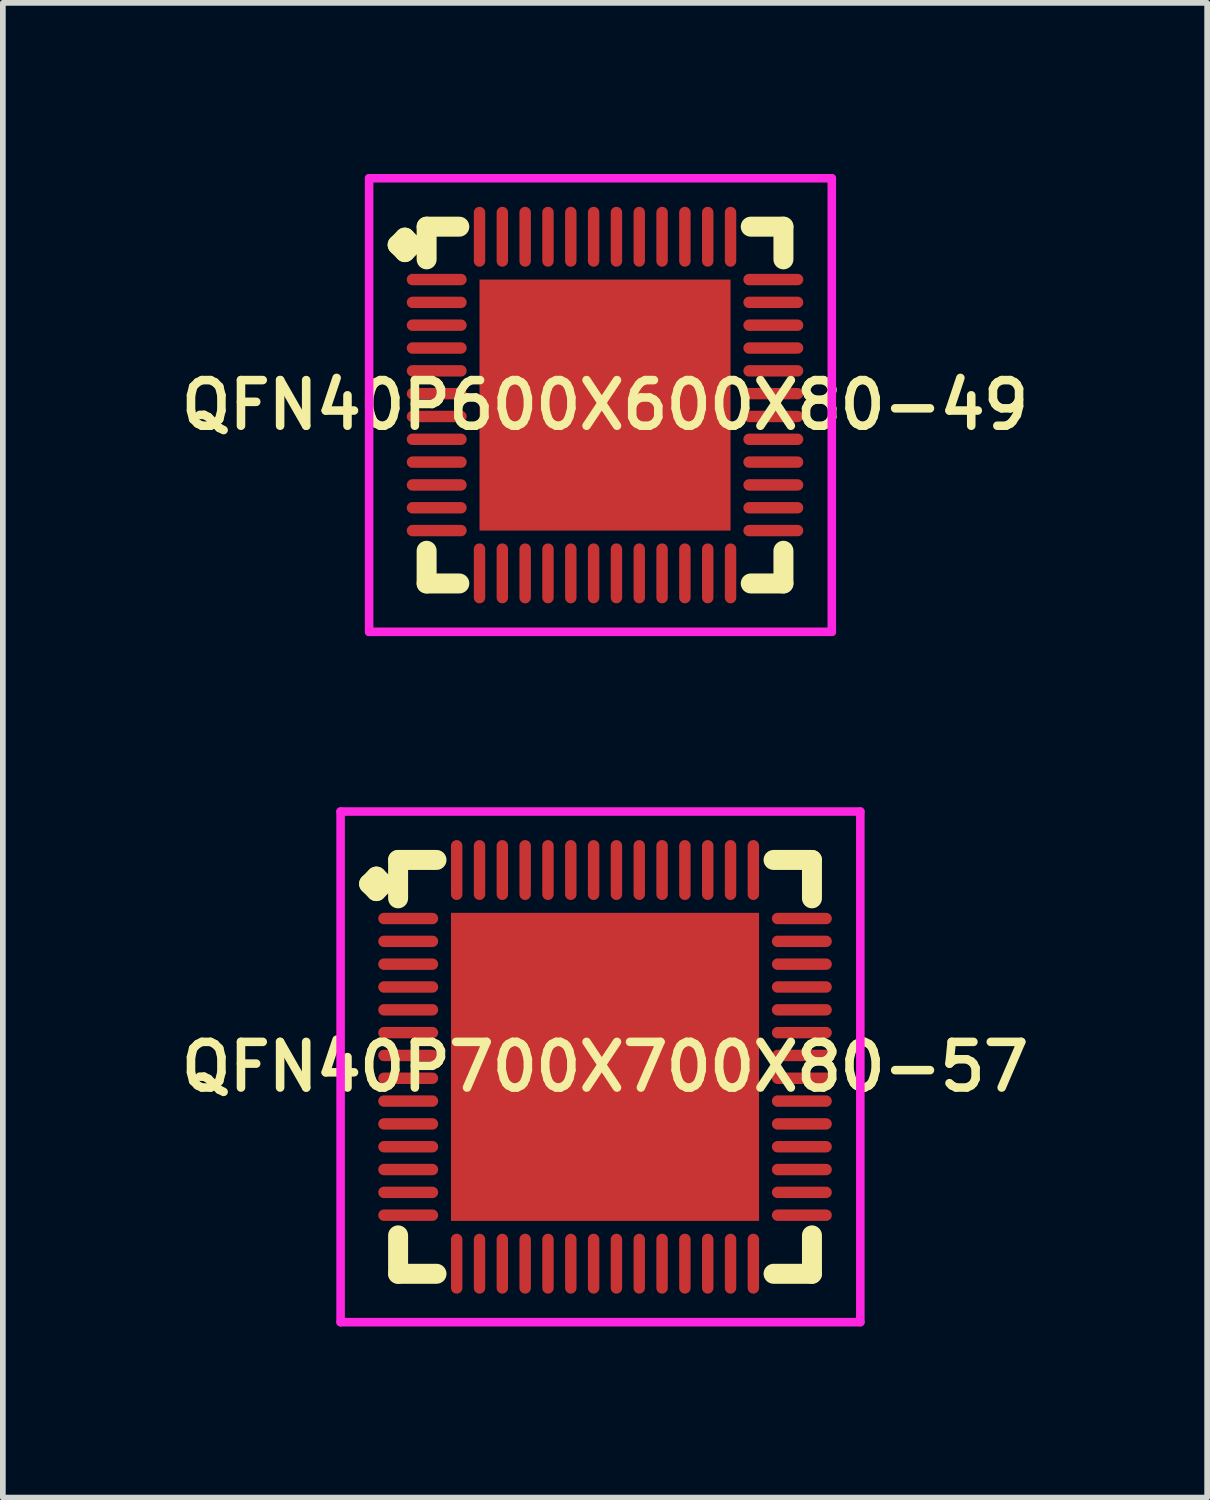
<source format=kicad_pcb>
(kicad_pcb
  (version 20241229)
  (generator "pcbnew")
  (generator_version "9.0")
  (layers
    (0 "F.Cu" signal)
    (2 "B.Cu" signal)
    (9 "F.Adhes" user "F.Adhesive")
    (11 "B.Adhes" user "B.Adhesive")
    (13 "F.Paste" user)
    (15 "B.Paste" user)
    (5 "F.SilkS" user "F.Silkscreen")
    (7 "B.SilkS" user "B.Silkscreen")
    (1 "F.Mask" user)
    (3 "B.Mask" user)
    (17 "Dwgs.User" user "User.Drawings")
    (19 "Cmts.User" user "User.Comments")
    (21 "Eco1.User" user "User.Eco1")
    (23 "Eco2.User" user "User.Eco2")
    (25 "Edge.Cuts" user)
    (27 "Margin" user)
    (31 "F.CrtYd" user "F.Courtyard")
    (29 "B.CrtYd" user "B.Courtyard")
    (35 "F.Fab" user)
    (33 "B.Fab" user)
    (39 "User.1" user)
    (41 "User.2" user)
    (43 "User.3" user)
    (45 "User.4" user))
  (footprint "QFN40P600X600X80-49"
    (layer "F.Cu")
    (at 7.555 4.05)
    (property "Reference" "QFN40P600X600X80-49" (at 0 0 0) (layer "F.SilkS") (effects (font (size 0.8 0.8) (thickness 0.15))))
    (attr smd)
    (fp_line (start -3.635 -2.808) (end -3.508 -2.935) (stroke (width 0.35) (type solid)) (layer "F.SilkS"))
    (fp_line (start -3.508 -2.935) (end -3.381 -2.808) (stroke (width 0.35) (type solid)) (layer "F.SilkS"))
    (fp_line (start -3.508 -2.681) (end -3.635 -2.808) (stroke (width 0.35) (type solid)) (layer "F.SilkS"))
    (fp_line (start -3.381 -2.808) (end -3.508 -2.681) (stroke (width 0.35) (type solid)) (layer "F.SilkS"))
    (fp_line (start -3.127 -3.127) (end -2.554 -3.127) (stroke (width 0.35) (type solid)) (layer "F.SilkS"))
    (fp_line (start -3.127 -2.554) (end -3.127 -3.127) (stroke (width 0.35) (type solid)) (layer "F.SilkS"))
    (fp_line (start -3.127 2.554) (end -3.127 3.127) (stroke (width 0.35) (type solid)) (layer "F.SilkS"))
    (fp_line (start -3.127 3.127) (end -2.554 3.127) (stroke (width 0.35) (type solid)) (layer "F.SilkS"))
    (fp_line (start 2.554 -3.127) (end 3.127 -3.127) (stroke (width 0.35) (type solid)) (layer "F.SilkS"))
    (fp_line (start 2.554 3.127) (end 3.127 3.127) (stroke (width 0.35) (type solid)) (layer "F.SilkS"))
    (fp_line (start 3.127 -3.127) (end 3.127 -2.554) (stroke (width 0.35) (type solid)) (layer "F.SilkS"))
    (fp_line (start 3.127 3.127) (end 3.127 2.554) (stroke (width 0.35) (type solid)) (layer "F.SilkS"))
    (fp_line (start -4.135 -3.975) (end 3.975 -3.975) (stroke (width 0.15) (type solid)) (layer "F.CrtYd"))
    (fp_line (start -4.135 3.975) (end -4.135 -3.975) (stroke (width 0.15) (type solid)) (layer "F.CrtYd"))
    (fp_line (start 3.975 -3.975) (end 3.975 3.975) (stroke (width 0.15) (type solid)) (layer "F.CrtYd"))
    (fp_line (start 3.975 3.975) (end -4.135 3.975) (stroke (width 0.15) (type solid)) (layer "F.CrtYd"))
    (pad "1" smd oval (at -2.95 -2.2) (size 1.05 0.2) (layers "F.Cu" "F.Mask" "F.Paste"))
    (pad "2" smd oval (at -2.95 -1.8) (size 1.05 0.2) (layers "F.Cu" "F.Mask" "F.Paste"))
    (pad "3" smd oval (at -2.95 -1.4) (size 1.05 0.2) (layers "F.Cu" "F.Mask" "F.Paste"))
    (pad "4" smd oval (at -2.95 -1) (size 1.05 0.2) (layers "F.Cu" "F.Mask" "F.Paste"))
    (pad "5" smd oval (at -2.95 -0.6) (size 1.05 0.2) (layers "F.Cu" "F.Mask" "F.Paste"))
    (pad "6" smd oval (at -2.95 -0.2) (size 1.05 0.2) (layers "F.Cu" "F.Mask" "F.Paste"))
    (pad "7" smd oval (at -2.95 0.2) (size 1.05 0.2) (layers "F.Cu" "F.Mask" "F.Paste"))
    (pad "8" smd oval (at -2.95 0.6) (size 1.05 0.2) (layers "F.Cu" "F.Mask" "F.Paste"))
    (pad "9" smd oval (at -2.95 1) (size 1.05 0.2) (layers "F.Cu" "F.Mask" "F.Paste"))
    (pad "10" smd oval (at -2.95 1.4) (size 1.05 0.2) (layers "F.Cu" "F.Mask" "F.Paste"))
    (pad "11" smd oval (at -2.95 1.8) (size 1.05 0.2) (layers "F.Cu" "F.Mask" "F.Paste"))
    (pad "12" smd oval (at -2.95 2.2) (size 1.05 0.2) (layers "F.Cu" "F.Mask" "F.Paste"))
    (pad "13" smd oval (at -2.2 2.95) (size 0.2 1.05) (layers "F.Cu" "F.Mask" "F.Paste"))
    (pad "14" smd oval (at -1.8 2.95) (size 0.2 1.05) (layers "F.Cu" "F.Mask" "F.Paste"))
    (pad "15" smd oval (at -1.4 2.95) (size 0.2 1.05) (layers "F.Cu" "F.Mask" "F.Paste"))
    (pad "16" smd oval (at -1 2.95) (size 0.2 1.05) (layers "F.Cu" "F.Mask" "F.Paste"))
    (pad "17" smd oval (at -0.6 2.95) (size 0.2 1.05) (layers "F.Cu" "F.Mask" "F.Paste"))
    (pad "18" smd oval (at -0.2 2.95) (size 0.2 1.05) (layers "F.Cu" "F.Mask" "F.Paste"))
    (pad "19" smd oval (at 0.2 2.95) (size 0.2 1.05) (layers "F.Cu" "F.Mask" "F.Paste"))
    (pad "20" smd oval (at 0.6 2.95) (size 0.2 1.05) (layers "F.Cu" "F.Mask" "F.Paste"))
    (pad "21" smd oval (at 1 2.95) (size 0.2 1.05) (layers "F.Cu" "F.Mask" "F.Paste"))
    (pad "22" smd oval (at 1.4 2.95) (size 0.2 1.05) (layers "F.Cu" "F.Mask" "F.Paste"))
    (pad "23" smd oval (at 1.8 2.95) (size 0.2 1.05) (layers "F.Cu" "F.Mask" "F.Paste"))
    (pad "24" smd oval (at 2.2 2.95) (size 0.2 1.05) (layers "F.Cu" "F.Mask" "F.Paste"))
    (pad "25" smd oval (at 2.95 2.2) (size 1.05 0.2) (layers "F.Cu" "F.Mask" "F.Paste"))
    (pad "26" smd oval (at 2.95 1.8) (size 1.05 0.2) (layers "F.Cu" "F.Mask" "F.Paste"))
    (pad "27" smd oval (at 2.95 1.4) (size 1.05 0.2) (layers "F.Cu" "F.Mask" "F.Paste"))
    (pad "28" smd oval (at 2.95 1) (size 1.05 0.2) (layers "F.Cu" "F.Mask" "F.Paste"))
    (pad "29" smd oval (at 2.95 0.6) (size 1.05 0.2) (layers "F.Cu" "F.Mask" "F.Paste"))
    (pad "30" smd oval (at 2.95 0.2) (size 1.05 0.2) (layers "F.Cu" "F.Mask" "F.Paste"))
    (pad "31" smd oval (at 2.95 -0.2) (size 1.05 0.2) (layers "F.Cu" "F.Mask" "F.Paste"))
    (pad "32" smd oval (at 2.95 -0.6) (size 1.05 0.2) (layers "F.Cu" "F.Mask" "F.Paste"))
    (pad "33" smd oval (at 2.95 -1) (size 1.05 0.2) (layers "F.Cu" "F.Mask" "F.Paste"))
    (pad "34" smd oval (at 2.95 -1.4) (size 1.05 0.2) (layers "F.Cu" "F.Mask" "F.Paste"))
    (pad "35" smd oval (at 2.95 -1.8) (size 1.05 0.2) (layers "F.Cu" "F.Mask" "F.Paste"))
    (pad "36" smd oval (at 2.95 -2.2) (size 1.05 0.2) (layers "F.Cu" "F.Mask" "F.Paste"))
    (pad "37" smd oval (at 2.2 -2.95) (size 0.2 1.05) (layers "F.Cu" "F.Mask" "F.Paste"))
    (pad "38" smd oval (at 1.8 -2.95) (size 0.2 1.05) (layers "F.Cu" "F.Mask" "F.Paste"))
    (pad "39" smd oval (at 1.4 -2.95) (size 0.2 1.05) (layers "F.Cu" "F.Mask" "F.Paste"))
    (pad "40" smd oval (at 1 -2.95) (size 0.2 1.05) (layers "F.Cu" "F.Mask" "F.Paste"))
    (pad "41" smd oval (at 0.6 -2.95) (size 0.2 1.05) (layers "F.Cu" "F.Mask" "F.Paste"))
    (pad "42" smd oval (at 0.2 -2.95) (size 0.2 1.05) (layers "F.Cu" "F.Mask" "F.Paste"))
    (pad "43" smd oval (at -0.2 -2.95) (size 0.2 1.05) (layers "F.Cu" "F.Mask" "F.Paste"))
    (pad "44" smd oval (at -0.6 -2.95) (size 0.2 1.05) (layers "F.Cu" "F.Mask" "F.Paste"))
    (pad "45" smd oval (at -1 -2.95) (size 0.2 1.05) (layers "F.Cu" "F.Mask" "F.Paste"))
    (pad "46" smd oval (at -1.4 -2.95) (size 0.2 1.05) (layers "F.Cu" "F.Mask" "F.Paste"))
    (pad "47" smd oval (at -1.8 -2.95) (size 0.2 1.05) (layers "F.Cu" "F.Mask" "F.Paste"))
    (pad "48" smd oval (at -2.2 -2.95) (size 0.2 1.05) (layers "F.Cu" "F.Mask" "F.Paste"))
    (pad "49" smd rect (at 0 0) (size 4.4 4.4) (layers "F.Cu" "F.Mask" "F.Paste")))
  (footprint "QFN40P700X700X80-57"
    (layer "F.Cu")
    (at 7.555 15.65)
    (property "Reference" "QFN40P700X700X80-57" (at 0 0 0) (layer "F.SilkS") (effects (font (size 0.8 0.8) (thickness 0.15))))
    (attr smd)
    (fp_line (start -4.135 -3.208) (end -4.008 -3.335) (stroke (width 0.35) (type solid)) (layer "F.SilkS"))
    (fp_line (start -4.008 -3.335) (end -3.881 -3.208) (stroke (width 0.35) (type solid)) (layer "F.SilkS"))
    (fp_line (start -4.008 -3.081) (end -4.135 -3.208) (stroke (width 0.35) (type solid)) (layer "F.SilkS"))
    (fp_line (start -3.881 -3.208) (end -4.008 -3.081) (stroke (width 0.35) (type solid)) (layer "F.SilkS"))
    (fp_line (start -3.627 -3.627) (end -2.954 -3.627) (stroke (width 0.35) (type solid)) (layer "F.SilkS"))
    (fp_line (start -3.627 -2.954) (end -3.627 -3.627) (stroke (width 0.35) (type solid)) (layer "F.SilkS"))
    (fp_line (start -3.627 2.954) (end -3.627 3.627) (stroke (width 0.35) (type solid)) (layer "F.SilkS"))
    (fp_line (start -3.627 3.627) (end -2.954 3.627) (stroke (width 0.35) (type solid)) (layer "F.SilkS"))
    (fp_line (start 2.954 -3.627) (end 3.627 -3.627) (stroke (width 0.35) (type solid)) (layer "F.SilkS"))
    (fp_line (start 2.954 3.627) (end 3.627 3.627) (stroke (width 0.35) (type solid)) (layer "F.SilkS"))
    (fp_line (start 3.627 -3.627) (end 3.627 -2.954) (stroke (width 0.35) (type solid)) (layer "F.SilkS"))
    (fp_line (start 3.627 3.627) (end 3.627 2.954) (stroke (width 0.35) (type solid)) (layer "F.SilkS"))
    (fp_line (start -4.635 -4.475) (end 4.475 -4.475) (stroke (width 0.15) (type solid)) (layer "F.CrtYd"))
    (fp_line (start -4.635 4.475) (end -4.635 -4.475) (stroke (width 0.15) (type solid)) (layer "F.CrtYd"))
    (fp_line (start 4.475 -4.475) (end 4.475 4.475) (stroke (width 0.15) (type solid)) (layer "F.CrtYd"))
    (fp_line (start 4.475 4.475) (end -4.635 4.475) (stroke (width 0.15) (type solid)) (layer "F.CrtYd"))
    (pad "1" smd oval (at -3.45 -2.6) (size 1.05 0.2) (layers "F.Cu" "F.Mask" "F.Paste"))
    (pad "2" smd oval (at -3.45 -2.2) (size 1.05 0.2) (layers "F.Cu" "F.Mask" "F.Paste"))
    (pad "3" smd oval (at -3.45 -1.8) (size 1.05 0.2) (layers "F.Cu" "F.Mask" "F.Paste"))
    (pad "4" smd oval (at -3.45 -1.4) (size 1.05 0.2) (layers "F.Cu" "F.Mask" "F.Paste"))
    (pad "5" smd oval (at -3.45 -1) (size 1.05 0.2) (layers "F.Cu" "F.Mask" "F.Paste"))
    (pad "6" smd oval (at -3.45 -0.6) (size 1.05 0.2) (layers "F.Cu" "F.Mask" "F.Paste"))
    (pad "7" smd oval (at -3.45 -0.2) (size 1.05 0.2) (layers "F.Cu" "F.Mask" "F.Paste"))
    (pad "8" smd oval (at -3.45 0.2) (size 1.05 0.2) (layers "F.Cu" "F.Mask" "F.Paste"))
    (pad "9" smd oval (at -3.45 0.6) (size 1.05 0.2) (layers "F.Cu" "F.Mask" "F.Paste"))
    (pad "10" smd oval (at -3.45 1) (size 1.05 0.2) (layers "F.Cu" "F.Mask" "F.Paste"))
    (pad "11" smd oval (at -3.45 1.4) (size 1.05 0.2) (layers "F.Cu" "F.Mask" "F.Paste"))
    (pad "12" smd oval (at -3.45 1.8) (size 1.05 0.2) (layers "F.Cu" "F.Mask" "F.Paste"))
    (pad "13" smd oval (at -3.45 2.2) (size 1.05 0.2) (layers "F.Cu" "F.Mask" "F.Paste"))
    (pad "14" smd oval (at -3.45 2.6) (size 1.05 0.2) (layers "F.Cu" "F.Mask" "F.Paste"))
    (pad "15" smd oval (at -2.6 3.45) (size 0.2 1.05) (layers "F.Cu" "F.Mask" "F.Paste"))
    (pad "16" smd oval (at -2.2 3.45) (size 0.2 1.05) (layers "F.Cu" "F.Mask" "F.Paste"))
    (pad "17" smd oval (at -1.8 3.45) (size 0.2 1.05) (layers "F.Cu" "F.Mask" "F.Paste"))
    (pad "18" smd oval (at -1.4 3.45) (size 0.2 1.05) (layers "F.Cu" "F.Mask" "F.Paste"))
    (pad "19" smd oval (at -1 3.45) (size 0.2 1.05) (layers "F.Cu" "F.Mask" "F.Paste"))
    (pad "20" smd oval (at -0.6 3.45) (size 0.2 1.05) (layers "F.Cu" "F.Mask" "F.Paste"))
    (pad "21" smd oval (at -0.2 3.45) (size 0.2 1.05) (layers "F.Cu" "F.Mask" "F.Paste"))
    (pad "22" smd oval (at 0.2 3.45) (size 0.2 1.05) (layers "F.Cu" "F.Mask" "F.Paste"))
    (pad "23" smd oval (at 0.6 3.45) (size 0.2 1.05) (layers "F.Cu" "F.Mask" "F.Paste"))
    (pad "24" smd oval (at 1 3.45) (size 0.2 1.05) (layers "F.Cu" "F.Mask" "F.Paste"))
    (pad "25" smd oval (at 1.4 3.45) (size 0.2 1.05) (layers "F.Cu" "F.Mask" "F.Paste"))
    (pad "26" smd oval (at 1.8 3.45) (size 0.2 1.05) (layers "F.Cu" "F.Mask" "F.Paste"))
    (pad "27" smd oval (at 2.2 3.45) (size 0.2 1.05) (layers "F.Cu" "F.Mask" "F.Paste"))
    (pad "28" smd oval (at 2.6 3.45) (size 0.2 1.05) (layers "F.Cu" "F.Mask" "F.Paste"))
    (pad "29" smd oval (at 3.45 2.6) (size 1.05 0.2) (layers "F.Cu" "F.Mask" "F.Paste"))
    (pad "30" smd oval (at 3.45 2.2) (size 1.05 0.2) (layers "F.Cu" "F.Mask" "F.Paste"))
    (pad "31" smd oval (at 3.45 1.8) (size 1.05 0.2) (layers "F.Cu" "F.Mask" "F.Paste"))
    (pad "32" smd oval (at 3.45 1.4) (size 1.05 0.2) (layers "F.Cu" "F.Mask" "F.Paste"))
    (pad "33" smd oval (at 3.45 1) (size 1.05 0.2) (layers "F.Cu" "F.Mask" "F.Paste"))
    (pad "34" smd oval (at 3.45 0.6) (size 1.05 0.2) (layers "F.Cu" "F.Mask" "F.Paste"))
    (pad "35" smd oval (at 3.45 0.2) (size 1.05 0.2) (layers "F.Cu" "F.Mask" "F.Paste"))
    (pad "36" smd oval (at 3.45 -0.2) (size 1.05 0.2) (layers "F.Cu" "F.Mask" "F.Paste"))
    (pad "37" smd oval (at 3.45 -0.6) (size 1.05 0.2) (layers "F.Cu" "F.Mask" "F.Paste"))
    (pad "38" smd oval (at 3.45 -1) (size 1.05 0.2) (layers "F.Cu" "F.Mask" "F.Paste"))
    (pad "39" smd oval (at 3.45 -1.4) (size 1.05 0.2) (layers "F.Cu" "F.Mask" "F.Paste"))
    (pad "40" smd oval (at 3.45 -1.8) (size 1.05 0.2) (layers "F.Cu" "F.Mask" "F.Paste"))
    (pad "41" smd oval (at 3.45 -2.2) (size 1.05 0.2) (layers "F.Cu" "F.Mask" "F.Paste"))
    (pad "42" smd oval (at 3.45 -2.6) (size 1.05 0.2) (layers "F.Cu" "F.Mask" "F.Paste"))
    (pad "43" smd oval (at 2.6 -3.45) (size 0.2 1.05) (layers "F.Cu" "F.Mask" "F.Paste"))
    (pad "44" smd oval (at 2.2 -3.45) (size 0.2 1.05) (layers "F.Cu" "F.Mask" "F.Paste"))
    (pad "45" smd oval (at 1.8 -3.45) (size 0.2 1.05) (layers "F.Cu" "F.Mask" "F.Paste"))
    (pad "46" smd oval (at 1.4 -3.45) (size 0.2 1.05) (layers "F.Cu" "F.Mask" "F.Paste"))
    (pad "47" smd oval (at 1 -3.45) (size 0.2 1.05) (layers "F.Cu" "F.Mask" "F.Paste"))
    (pad "48" smd oval (at 0.6 -3.45) (size 0.2 1.05) (layers "F.Cu" "F.Mask" "F.Paste"))
    (pad "49" smd oval (at 0.2 -3.45) (size 0.2 1.05) (layers "F.Cu" "F.Mask" "F.Paste"))
    (pad "50" smd oval (at -0.2 -3.45) (size 0.2 1.05) (layers "F.Cu" "F.Mask" "F.Paste"))
    (pad "51" smd oval (at -0.6 -3.45) (size 0.2 1.05) (layers "F.Cu" "F.Mask" "F.Paste"))
    (pad "52" smd oval (at -1 -3.45) (size 0.2 1.05) (layers "F.Cu" "F.Mask" "F.Paste"))
    (pad "53" smd oval (at -1.4 -3.45) (size 0.2 1.05) (layers "F.Cu" "F.Mask" "F.Paste"))
    (pad "54" smd oval (at -1.8 -3.45) (size 0.2 1.05) (layers "F.Cu" "F.Mask" "F.Paste"))
    (pad "55" smd oval (at -2.2 -3.45) (size 0.2 1.05) (layers "F.Cu" "F.Mask" "F.Paste"))
    (pad "56" smd oval (at -2.6 -3.45) (size 0.2 1.05) (layers "F.Cu" "F.Mask" "F.Paste"))
    (pad "57" smd rect (at 0 0) (size 5.4 5.4) (layers "F.Cu" "F.Mask" "F.Paste")))
  (gr_rect
    (start -3 -3)
    (end 18.109 23.2)
    (stroke (width 0.1) (type default))
    (fill no)
    (layer "Edge.Cuts")))
</source>
